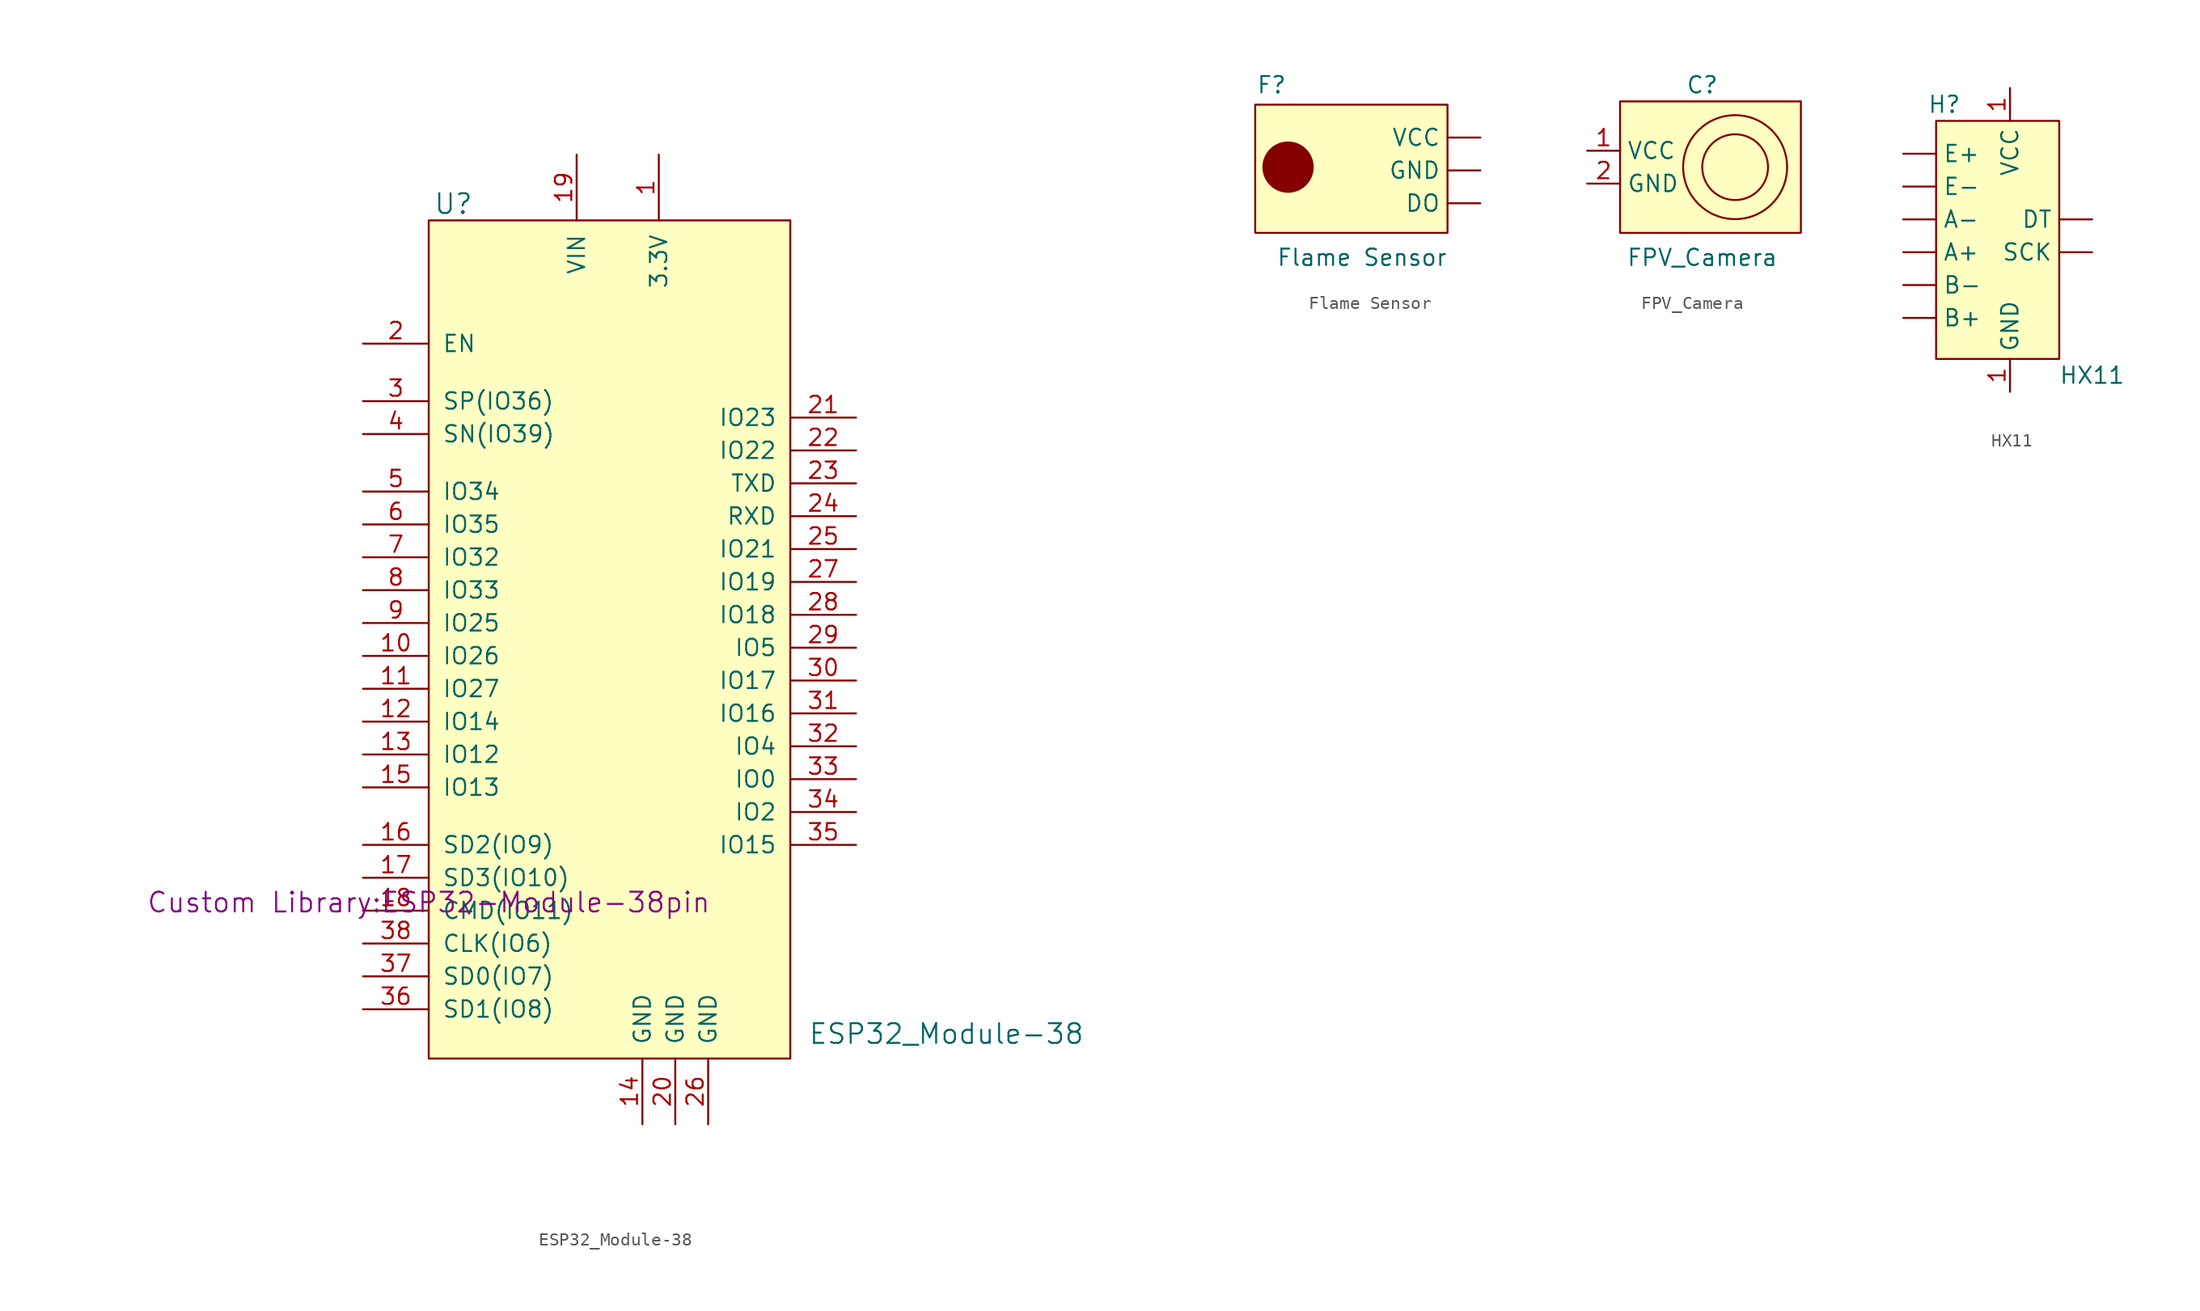
<source format=kicad_sym>
(kicad_symbol_lib
  (version 20220914)
  (generator kicad_symbol_editor)
  (symbol "ESP32_Module-38"
    (pin_names
      (offset 1.016))
    (property "Reference" "U"
      (at -13.335 28.575 0)
      (effects (font (size 1.524 1.524))))
    (property "Value" "ESP32_Module-38"
      (at 24.765 -35.56 0)
      (effects (font (size 1.524 1.524))))
    (property "Footprint" "Custom Library:ESP32-Module-38pin"
      (at -15.24 -25.4 0)
      (effects (font (size 1.524 1.524))))
    (property "Datasheet" ""
      (at -15.24 -25.4 0)
      (effects (font (size 1.524 1.524))))
    (symbol "ESP32_Module-38_0_1"
      (rectangle (start -15.24 27.305) (end 12.7 -37.465) (stroke (width 0.152) (type default)) (fill (type background))))
    (symbol "ESP32_Module-38_1_1"
      (pin input line (at 2.54 32.385 270) (length 5.08) (name "3.3V" (effects (font (size 1.27 1.27)))) (number "1" (effects (font (size 1.27 1.27)))))
      (pin input line (at -20.32 -6.35 0) (length 5.08) (name "IO26" (effects (font (size 1.27 1.27)))) (number "10" (effects (font (size 1.27 1.27)))))
      (pin input line (at -20.32 -8.89 0) (length 5.08) (name "IO27" (effects (font (size 1.27 1.27)))) (number "11" (effects (font (size 1.27 1.27)))))
      (pin input line (at -20.32 -11.43 0) (length 5.08) (name "IO14" (effects (font (size 1.27 1.27)))) (number "12" (effects (font (size 1.27 1.27)))))
      (pin input line (at -20.32 -13.97 0) (length 5.08) (name "IO12" (effects (font (size 1.27 1.27)))) (number "13" (effects (font (size 1.27 1.27)))))
      (pin input line (at 1.27 -42.545 90) (length 5.08) (name "GND" (effects (font (size 1.27 1.27)))) (number "14" (effects (font (size 1.27 1.27)))))
      (pin input line (at -20.32 -16.51 0) (length 5.08) (name "IO13" (effects (font (size 1.27 1.27)))) (number "15" (effects (font (size 1.27 1.27)))))
      (pin input line (at -20.32 -20.955 0) (length 5.08) (name "SD2(IO9)" (effects (font (size 1.27 1.27)))) (number "16" (effects (font (size 1.27 1.27)))))
      (pin input line (at -20.32 -23.495 0) (length 5.08) (name "SD3(IO10)" (effects (font (size 1.27 1.27)))) (number "17" (effects (font (size 1.27 1.27)))))
      (pin input line (at -20.32 -26.035 0) (length 5.08) (name "CMD(IO11)" (effects (font (size 1.27 1.27)))) (number "18" (effects (font (size 1.27 1.27)))))
      (pin input line (at -3.81 32.385 270) (length 5.08) (name "VIN" (effects (font (size 1.27 1.27)))) (number "19" (effects (font (size 1.27 1.27)))))
      (pin input line (at -20.32 17.78 0) (length 5.08) (name "EN" (effects (font (size 1.27 1.27)))) (number "2" (effects (font (size 1.27 1.27)))))
      (pin input line (at 3.81 -42.545 90) (length 5.08) (name "GND" (effects (font (size 1.27 1.27)))) (number "20" (effects (font (size 1.27 1.27)))))
      (pin input line (at 17.78 12.065 180) (length 5.08) (name "IO23" (effects (font (size 1.27 1.27)))) (number "21" (effects (font (size 1.27 1.27)))))
      (pin input line (at 17.78 9.525 180) (length 5.08) (name "IO22" (effects (font (size 1.27 1.27)))) (number "22" (effects (font (size 1.27 1.27)))))
      (pin input line (at 17.78 6.985 180) (length 5.08) (name "TXD" (effects (font (size 1.27 1.27)))) (number "23" (effects (font (size 1.27 1.27)))))
      (pin input line (at 17.78 4.445 180) (length 5.08) (name "RXD" (effects (font (size 1.27 1.27)))) (number "24" (effects (font (size 1.27 1.27)))))
      (pin input line (at 17.78 1.905 180) (length 5.08) (name "IO21" (effects (font (size 1.27 1.27)))) (number "25" (effects (font (size 1.27 1.27)))))
      (pin input line (at 6.35 -42.545 90) (length 5.08) (name "GND" (effects (font (size 1.27 1.27)))) (number "26" (effects (font (size 1.27 1.27)))))
      (pin input line (at 17.78 -0.635 180) (length 5.08) (name "IO19" (effects (font (size 1.27 1.27)))) (number "27" (effects (font (size 1.27 1.27)))))
      (pin input line (at 17.78 -3.175 180) (length 5.08) (name "IO18" (effects (font (size 1.27 1.27)))) (number "28" (effects (font (size 1.27 1.27)))))
      (pin input line (at 17.78 -5.715 180) (length 5.08) (name "IO5" (effects (font (size 1.27 1.27)))) (number "29" (effects (font (size 1.27 1.27)))))
      (pin input line (at -20.32 13.335 0) (length 5.08) (name "SP(IO36)" (effects (font (size 1.27 1.27)))) (number "3" (effects (font (size 1.27 1.27)))))
      (pin input line (at 17.78 -8.255 180) (length 5.08) (name "IO17" (effects (font (size 1.27 1.27)))) (number "30" (effects (font (size 1.27 1.27)))))
      (pin input line (at 17.78 -10.795 180) (length 5.08) (name "IO16" (effects (font (size 1.27 1.27)))) (number "31" (effects (font (size 1.27 1.27)))))
      (pin input line (at 17.78 -13.335 180) (length 5.08) (name "IO4" (effects (font (size 1.27 1.27)))) (number "32" (effects (font (size 1.27 1.27)))))
      (pin input line (at 17.78 -15.875 180) (length 5.08) (name "IO0" (effects (font (size 1.27 1.27)))) (number "33" (effects (font (size 1.27 1.27)))))
      (pin input line (at 17.78 -18.415 180) (length 5.08) (name "IO2" (effects (font (size 1.27 1.27)))) (number "34" (effects (font (size 1.27 1.27)))))
      (pin input line (at 17.78 -20.955 180) (length 5.08) (name "IO15" (effects (font (size 1.27 1.27)))) (number "35" (effects (font (size 1.27 1.27)))))
      (pin input line (at -20.32 -33.655 0) (length 5.08) (name "SD1(IO8)" (effects (font (size 1.27 1.27)))) (number "36" (effects (font (size 1.27 1.27)))))
      (pin input line (at -20.32 -31.115 0) (length 5.08) (name "SD0(IO7)" (effects (font (size 1.27 1.27)))) (number "37" (effects (font (size 1.27 1.27)))))
      (pin input line (at -20.32 -28.575 0) (length 5.08) (name "CLK(IO6)" (effects (font (size 1.27 1.27)))) (number "38" (effects (font (size 1.27 1.27)))))
      (pin input line (at -20.32 10.795 0) (length 5.08) (name "SN(IO39)" (effects (font (size 1.27 1.27)))) (number "4" (effects (font (size 1.27 1.27)))))
      (pin input line (at -20.32 6.35 0) (length 5.08) (name "IO34" (effects (font (size 1.27 1.27)))) (number "5" (effects (font (size 1.27 1.27)))))
      (pin input line (at -20.32 3.81 0) (length 5.08) (name "IO35" (effects (font (size 1.27 1.27)))) (number "6" (effects (font (size 1.27 1.27)))))
      (pin input line (at -20.32 1.27 0) (length 5.08) (name "IO32" (effects (font (size 1.27 1.27)))) (number "7" (effects (font (size 1.27 1.27)))))
      (pin input line (at -20.32 -1.27 0) (length 5.08) (name "IO33" (effects (font (size 1.27 1.27)))) (number "8" (effects (font (size 1.27 1.27)))))
      (pin input line (at -20.32 -3.81 0) (length 5.08) (name "IO25" (effects (font (size 1.27 1.27)))) (number "9" (effects (font (size 1.27 1.27)))))))
  (symbol "Flame Sensor"
    (property "Reference" "F"
      (at -8.509 6.604 0)
      (effects (font (size 1.27 1.27))))
    (property "Value" "Flame Sensor"
      (at -1.524 -6.731 0)
      (effects (font (size 1.27 1.27))))
    (symbol "Flame Sensor_0_1"
      (rectangle (start -9.779 5.08) (end 5.08 -4.826) (stroke (width 0.152) (type default)) (fill (type background)))
      (circle (center -7.239 0.254) (radius 1.905) (stroke (width 0.152) (type default)) (fill (type outline))))
    (symbol "Flame Sensor_1_1"
      (pin input line (at 7.62 -2.54 180) (length 2.54) (name "DO" (effects (font (size 1.27 1.27)))) (number "" (effects (font (size 1.27 1.27)))))
      (pin input line (at 7.62 0 180) (length 2.54) (name "GND" (effects (font (size 1.27 1.27)))) (number "" (effects (font (size 1.27 1.27)))))
      (pin input line (at 7.62 2.54 180) (length 2.54) (name "VCC" (effects (font (size 1.27 1.27)))) (number "" (effects (font (size 1.27 1.27)))))))
  (symbol "FPV_Camera"
    (property "Reference" "C"
      (at 0 6.35 0)
      (effects (font (size 1.27 1.27))))
    (property "Value" "FPV_Camera"
      (at 0 -6.985 0)
      (effects (font (size 1.27 1.27))))
    (symbol "FPV_Camera_0_1"
      (rectangle (start -6.35 5.08) (end 7.62 -5.08) (stroke (width 0.152) (type default)) (fill (type background)))
      (circle (center 2.54 0) (radius 2.54) (stroke (width 0.152) (type default)) (fill (type none)))
      (circle (center 2.54 0) (radius 4.016) (stroke (width 0.152) (type default)) (fill (type none))))
    (symbol "FPV_Camera_1_1"
      (pin input line (at -8.89 1.27 0) (length 2.54) (name "VCC" (effects (font (size 1.27 1.27)))) (number "1" (effects (font (size 1.27 1.27)))))
      (pin input line (at -8.89 -1.27 0) (length 2.54) (name "GND" (effects (font (size 1.27 1.27)))) (number "2" (effects (font (size 1.27 1.27)))))))
  (symbol "HX11"
    (property "Reference" "H"
      (at -3.81 10.795 0)
      (effects (font (size 1.27 1.27))))
    (property "Value" "HX11"
      (at 7.62 -10.16 0)
      (effects (font (size 1.27 1.27))))
    (symbol "HX11_0_1"
      (rectangle (start -4.445 9.525) (end 5.08 -8.89) (stroke (width 0.152) (type default)) (fill (type background))))
    (symbol "HX11_1_1"
      (pin input line (at -6.985 -0.635 0) (length 2.54) (name "A+" (effects (font (size 1.27 1.27)))) (number "" (effects (font (size 1.27 1.27)))))
      (pin input line (at -6.985 1.905 0) (length 2.54) (name "A-" (effects (font (size 1.27 1.27)))) (number "" (effects (font (size 1.27 1.27)))))
      (pin input line (at -6.985 -5.715 0) (length 2.54) (name "B+" (effects (font (size 1.27 1.27)))) (number "" (effects (font (size 1.27 1.27)))))
      (pin input line (at -6.985 -3.175 0) (length 2.54) (name "B-" (effects (font (size 1.27 1.27)))) (number "" (effects (font (size 1.27 1.27)))))
      (pin input line (at 7.62 1.905 180) (length 2.54) (name "DT" (effects (font (size 1.27 1.27)))) (number "" (effects (font (size 1.27 1.27)))))
      (pin input line (at -6.985 6.985 0) (length 2.54) (name "E+" (effects (font (size 1.27 1.27)))) (number "" (effects (font (size 1.27 1.27)))))
      (pin input line (at -6.985 4.445 0) (length 2.54) (name "E-" (effects (font (size 1.27 1.27)))) (number "" (effects (font (size 1.27 1.27)))))
      (pin input line (at 7.62 -0.635 180) (length 2.54) (name "SCK" (effects (font (size 1.27 1.27)))) (number "" (effects (font (size 1.27 1.27)))))
      (pin input line (at 1.27 -11.43 90) (length 2.54) (name "GND" (effects (font (size 1.27 1.27)))) (number "1" (effects (font (size 1.27 1.27)))))
      (pin input line (at 1.27 12.065 270) (length 2.54) (name "VCC" (effects (font (size 1.27 1.27)))) (number "1" (effects (font (size 1.27 1.27))))))))
</source>
